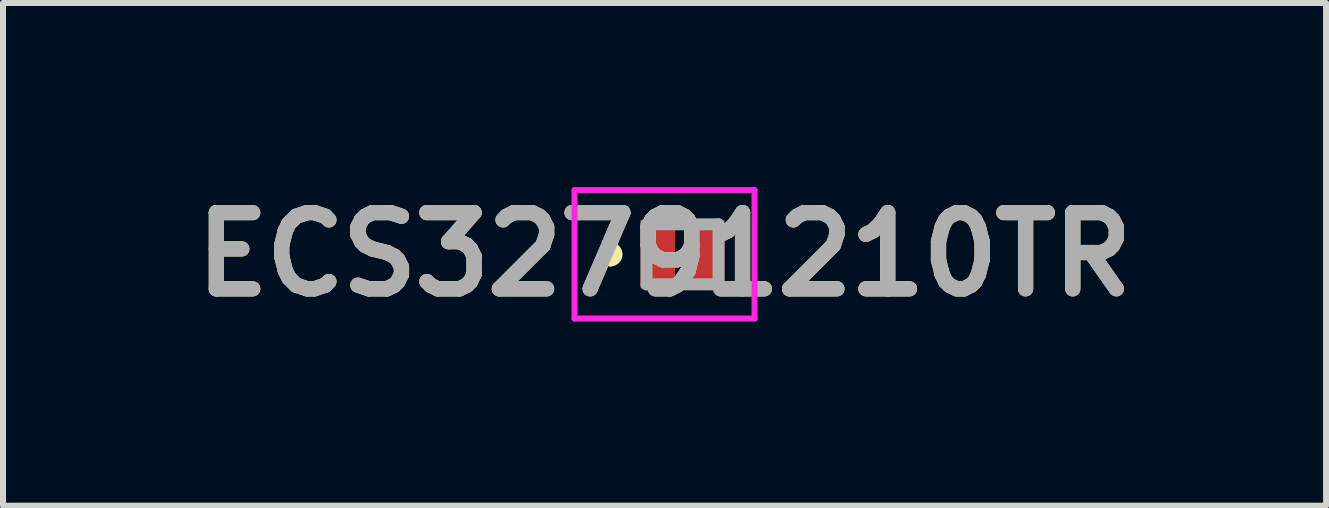
<source format=kicad_pcb>
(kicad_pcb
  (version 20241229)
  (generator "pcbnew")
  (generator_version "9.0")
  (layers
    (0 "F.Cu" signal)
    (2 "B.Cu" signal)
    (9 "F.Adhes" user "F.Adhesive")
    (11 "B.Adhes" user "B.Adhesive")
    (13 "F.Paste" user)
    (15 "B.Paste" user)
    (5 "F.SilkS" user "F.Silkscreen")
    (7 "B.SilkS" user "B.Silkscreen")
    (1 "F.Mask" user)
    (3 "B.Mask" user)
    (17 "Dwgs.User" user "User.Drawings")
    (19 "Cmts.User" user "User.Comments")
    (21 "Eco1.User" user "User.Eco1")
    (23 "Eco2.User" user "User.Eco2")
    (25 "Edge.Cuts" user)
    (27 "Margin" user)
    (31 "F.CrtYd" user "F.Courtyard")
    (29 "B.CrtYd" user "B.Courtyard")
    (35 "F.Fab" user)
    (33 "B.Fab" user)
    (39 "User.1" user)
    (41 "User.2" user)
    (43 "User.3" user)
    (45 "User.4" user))
  (footprint "ECS32791210TR"
    (layer "F.Cu")
    (at 8.325 1.189)
    (property "Reference" "ECS32791210TR" (at -0.3 0 0) (layer "F.SilkS") (effects (font (size 1.27 1.27) (thickness 0.254))))
    (attr smd)
    (fp_line (start -1.2 -0.1) (end -1.2 -0.1) (stroke (width 0.2) (type solid)) (layer "F.SilkS"))
    (fp_line (start -1.2 0.1) (end -1.2 0.1) (stroke (width 0.2) (type solid)) (layer "F.SilkS"))
    (fp_arc (start -1.2 -0.1) (mid -1.1 0) (end -1.2 0.1) (stroke (width 0.2) (type solid)) (layer "F.SilkS"))
    (fp_arc (start -1.2 0.1) (mid -1.3 0) (end -1.2 -0.1) (stroke (width 0.2) (type solid)) (layer "F.SilkS"))
    (fp_line (start -1.8 -1.07) (end 1.2 -1.07) (stroke (width 0.1) (type solid)) (layer "F.CrtYd"))
    (fp_line (start -1.8 1.07) (end -1.8 -1.07) (stroke (width 0.1) (type solid)) (layer "F.CrtYd"))
    (fp_line (start 1.2 -1.07) (end 1.2 1.07) (stroke (width 0.1) (type solid)) (layer "F.CrtYd"))
    (fp_line (start 1.2 1.07) (end -1.8 1.07) (stroke (width 0.1) (type solid)) (layer "F.CrtYd"))
    (fp_line (start -0.6 -0.5) (end -0.6 0.5) (stroke (width 0.2) (type solid)) (layer "F.Fab"))
    (fp_line (start -0.6 0.5) (end 0.6 0.5) (stroke (width 0.2) (type solid)) (layer "F.Fab"))
    (fp_line (start 0.6 -0.5) (end -0.6 -0.5) (stroke (width 0.2) (type solid)) (layer "F.Fab"))
    (fp_line (start 0.6 0.5) (end 0.6 -0.5) (stroke (width 0.2) (type solid)) (layer "F.Fab"))
    (fp_text user "${REFERENCE}" (at -0.3 0 0) (layer "F.Fab") (effects (font (size 1.27 1.27) (thickness 0.254))))
    (pad "1" smd rect (at -0.413 0) (size 0.575 1.14) (layers "F.Cu" "F.Mask" "F.Paste"))
    (pad "2" smd rect (at 0.412 0) (size 0.575 1.14) (layers "F.Cu" "F.Mask" "F.Paste")))
  (gr_rect
    (start -3 -3)
    (end 19.05 5.377)
    (stroke (width 0.1) (type default))
    (fill no)
    (layer "Edge.Cuts")))
</source>
